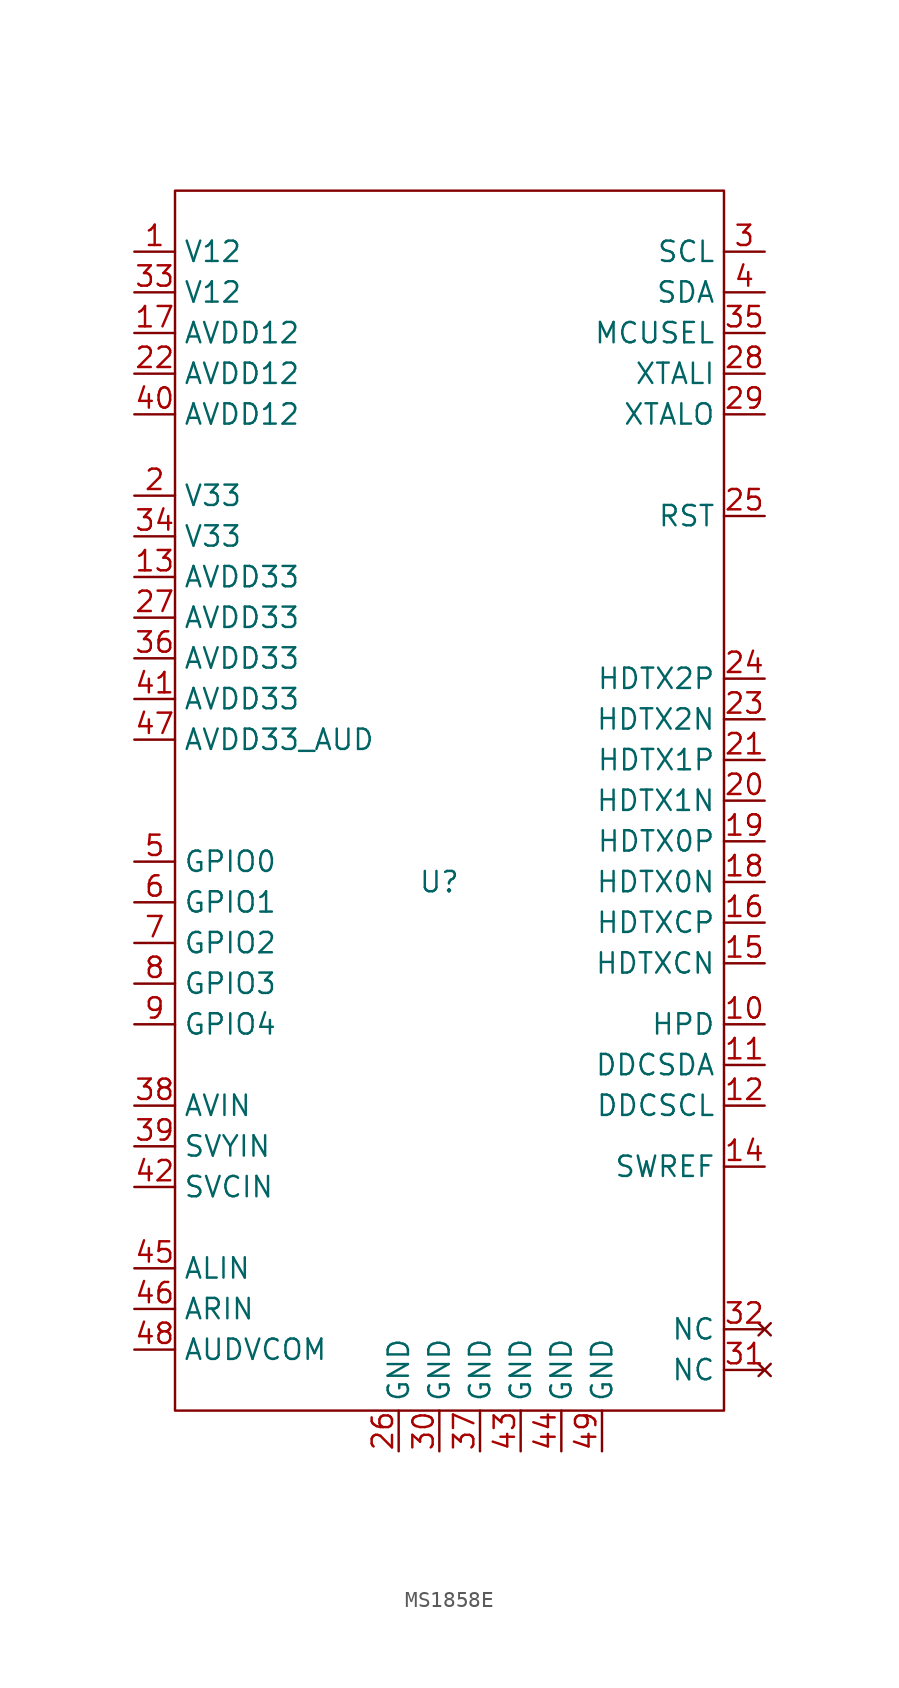
<source format=kicad_sym>
(kicad_symbol_lib
  (version 20241209)
  (generator "kicad_symbol_editor")
  (generator_version "9.0")
  (symbol "MS1858E"
    (property "Reference" "U"
      (at 0 0 0)
      (effects (font (size 1.27 1.27))))
    (property "Value" ""
      (at 0 0 0)
      (effects (font (size 1.27 1.27))))
    (symbol "MS1858E_1_1"
      (rectangle (start -16.51 43.18) (end 17.78 -33.02) (stroke (width 0) (type solid)) (fill (type none)))
      (pin input line (at -19.05 39.37 0) (length 2.54) (name "V12" (effects (font (size 1.27 1.27)))) (number "1" (effects (font (size 1.27 1.27)))))
      (pin input line (at -19.05 36.83 0) (length 2.54) (name "V12" (effects (font (size 1.27 1.27)))) (number "33" (effects (font (size 1.27 1.27)))))
      (pin input line (at -19.05 34.29 0) (length 2.54) (name "AVDD12" (effects (font (size 1.27 1.27)))) (number "17" (effects (font (size 1.27 1.27)))))
      (pin input line (at -19.05 31.75 0) (length 2.54) (name "AVDD12" (effects (font (size 1.27 1.27)))) (number "22" (effects (font (size 1.27 1.27)))))
      (pin input line (at -19.05 29.21 0) (length 2.54) (name "AVDD12" (effects (font (size 1.27 1.27)))) (number "40" (effects (font (size 1.27 1.27)))))
      (pin input line (at -19.05 24.13 0) (length 2.54) (name "V33" (effects (font (size 1.27 1.27)))) (number "2" (effects (font (size 1.27 1.27)))))
      (pin input line (at -19.05 21.59 0) (length 2.54) (name "V33" (effects (font (size 1.27 1.27)))) (number "34" (effects (font (size 1.27 1.27)))))
      (pin input line (at -19.05 19.05 0) (length 2.54) (name "AVDD33" (effects (font (size 1.27 1.27)))) (number "13" (effects (font (size 1.27 1.27)))))
      (pin input line (at -19.05 16.51 0) (length 2.54) (name "AVDD33" (effects (font (size 1.27 1.27)))) (number "27" (effects (font (size 1.27 1.27)))))
      (pin input line (at -19.05 13.97 0) (length 2.54) (name "AVDD33" (effects (font (size 1.27 1.27)))) (number "36" (effects (font (size 1.27 1.27)))))
      (pin input line (at -19.05 11.43 0) (length 2.54) (name "AVDD33" (effects (font (size 1.27 1.27)))) (number "41" (effects (font (size 1.27 1.27)))))
      (pin input line (at -19.05 8.89 0) (length 2.54) (name "AVDD33_AUD" (effects (font (size 1.27 1.27)))) (number "47" (effects (font (size 1.27 1.27)))))
      (pin input line (at -19.05 1.27 0) (length 2.54) (name "GPIO0" (effects (font (size 1.27 1.27)))) (number "5" (effects (font (size 1.27 1.27)))))
      (pin input line (at -19.05 -1.27 0) (length 2.54) (name "GPIO1" (effects (font (size 1.27 1.27)))) (number "6" (effects (font (size 1.27 1.27)))))
      (pin input line (at -19.05 -3.81 0) (length 2.54) (name "GPIO2" (effects (font (size 1.27 1.27)))) (number "7" (effects (font (size 1.27 1.27)))))
      (pin input line (at -19.05 -6.35 0) (length 2.54) (name "GPIO3" (effects (font (size 1.27 1.27)))) (number "8" (effects (font (size 1.27 1.27)))))
      (pin input line (at -19.05 -8.89 0) (length 2.54) (name "GPIO4" (effects (font (size 1.27 1.27)))) (number "9" (effects (font (size 1.27 1.27)))))
      (pin input line (at -19.05 -13.97 0) (length 2.54) (name "AVIN" (effects (font (size 1.27 1.27)))) (number "38" (effects (font (size 1.27 1.27)))))
      (pin input line (at -19.05 -16.51 0) (length 2.54) (name "SVYIN" (effects (font (size 1.27 1.27)))) (number "39" (effects (font (size 1.27 1.27)))))
      (pin input line (at -19.05 -19.05 0) (length 2.54) (name "SVCIN" (effects (font (size 1.27 1.27)))) (number "42" (effects (font (size 1.27 1.27)))))
      (pin input line (at -19.05 -24.13 0) (length 2.54) (name "ALIN" (effects (font (size 1.27 1.27)))) (number "45" (effects (font (size 1.27 1.27)))))
      (pin input line (at -19.05 -26.67 0) (length 2.54) (name "ARIN" (effects (font (size 1.27 1.27)))) (number "46" (effects (font (size 1.27 1.27)))))
      (pin input line (at -19.05 -29.21 0) (length 2.54) (name "AUDVCOM" (effects (font (size 1.27 1.27)))) (number "48" (effects (font (size 1.27 1.27)))))
      (pin input line (at -2.54 -35.56 90) (length 2.54) (name "GND" (effects (font (size 1.27 1.27)))) (number "26" (effects (font (size 1.27 1.27)))))
      (pin input line (at 0 -35.56 90) (length 2.54) (name "GND" (effects (font (size 1.27 1.27)))) (number "30" (effects (font (size 1.27 1.27)))))
      (pin input line (at 2.54 -35.56 90) (length 2.54) (name "GND" (effects (font (size 1.27 1.27)))) (number "37" (effects (font (size 1.27 1.27)))))
      (pin input line (at 5.08 -35.56 90) (length 2.54) (name "GND" (effects (font (size 1.27 1.27)))) (number "43" (effects (font (size 1.27 1.27)))))
      (pin input line (at 7.62 -35.56 90) (length 2.54) (name "GND" (effects (font (size 1.27 1.27)))) (number "44" (effects (font (size 1.27 1.27)))))
      (pin input line (at 10.16 -35.56 90) (length 2.54) (name "GND" (effects (font (size 1.27 1.27)))) (number "49" (effects (font (size 1.27 1.27)))))
      (pin input line (at 20.32 39.37 180) (length 2.54) (name "SCL" (effects (font (size 1.27 1.27)))) (number "3" (effects (font (size 1.27 1.27)))))
      (pin input line (at 20.32 36.83 180) (length 2.54) (name "SDA" (effects (font (size 1.27 1.27)))) (number "4" (effects (font (size 1.27 1.27)))))
      (pin input line (at 20.32 34.29 180) (length 2.54) (name "MCUSEL" (effects (font (size 1.27 1.27)))) (number "35" (effects (font (size 1.27 1.27)))))
      (pin input line (at 20.32 31.75 180) (length 2.54) (name "XTALI" (effects (font (size 1.27 1.27)))) (number "28" (effects (font (size 1.27 1.27)))))
      (pin input line (at 20.32 29.21 180) (length 2.54) (name "XTALO" (effects (font (size 1.27 1.27)))) (number "29" (effects (font (size 1.27 1.27)))))
      (pin input line (at 20.32 22.86 180) (length 2.54) (name "RST" (effects (font (size 1.27 1.27)))) (number "25" (effects (font (size 1.27 1.27)))))
      (pin input line (at 20.32 12.7 180) (length 2.54) (name "HDTX2P" (effects (font (size 1.27 1.27)))) (number "24" (effects (font (size 1.27 1.27)))))
      (pin input line (at 20.32 10.16 180) (length 2.54) (name "HDTX2N" (effects (font (size 1.27 1.27)))) (number "23" (effects (font (size 1.27 1.27)))))
      (pin input line (at 20.32 7.62 180) (length 2.54) (name "HDTX1P" (effects (font (size 1.27 1.27)))) (number "21" (effects (font (size 1.27 1.27)))))
      (pin input line (at 20.32 5.08 180) (length 2.54) (name "HDTX1N" (effects (font (size 1.27 1.27)))) (number "20" (effects (font (size 1.27 1.27)))))
      (pin input line (at 20.32 2.54 180) (length 2.54) (name "HDTX0P" (effects (font (size 1.27 1.27)))) (number "19" (effects (font (size 1.27 1.27)))))
      (pin input line (at 20.32 0 180) (length 2.54) (name "HDTX0N" (effects (font (size 1.27 1.27)))) (number "18" (effects (font (size 1.27 1.27)))))
      (pin input line (at 20.32 -2.54 180) (length 2.54) (name "HDTXCP" (effects (font (size 1.27 1.27)))) (number "16" (effects (font (size 1.27 1.27)))))
      (pin input line (at 20.32 -5.08 180) (length 2.54) (name "HDTXCN" (effects (font (size 1.27 1.27)))) (number "15" (effects (font (size 1.27 1.27)))))
      (pin input line (at 20.32 -8.89 180) (length 2.54) (name "HPD" (effects (font (size 1.27 1.27)))) (number "10" (effects (font (size 1.27 1.27)))))
      (pin input line (at 20.32 -11.43 180) (length 2.54) (name "DDCSDA" (effects (font (size 1.27 1.27)))) (number "11" (effects (font (size 1.27 1.27)))))
      (pin input line (at 20.32 -13.97 180) (length 2.54) (name "DDCSCL" (effects (font (size 1.27 1.27)))) (number "12" (effects (font (size 1.27 1.27)))))
      (pin input line (at 20.32 -17.78 180) (length 2.54) (name "SWREF" (effects (font (size 1.27 1.27)))) (number "14" (effects (font (size 1.27 1.27)))))
      (pin no_connect line (at 20.32 -27.94 180) (length 2.54) (name "NC" (effects (font (size 1.27 1.27)))) (number "32" (effects (font (size 1.27 1.27)))))
      (pin no_connect line (at 20.32 -30.48 180) (length 2.54) (name "NC" (effects (font (size 1.27 1.27)))) (number "31" (effects (font (size 1.27 1.27))))))))
</source>
